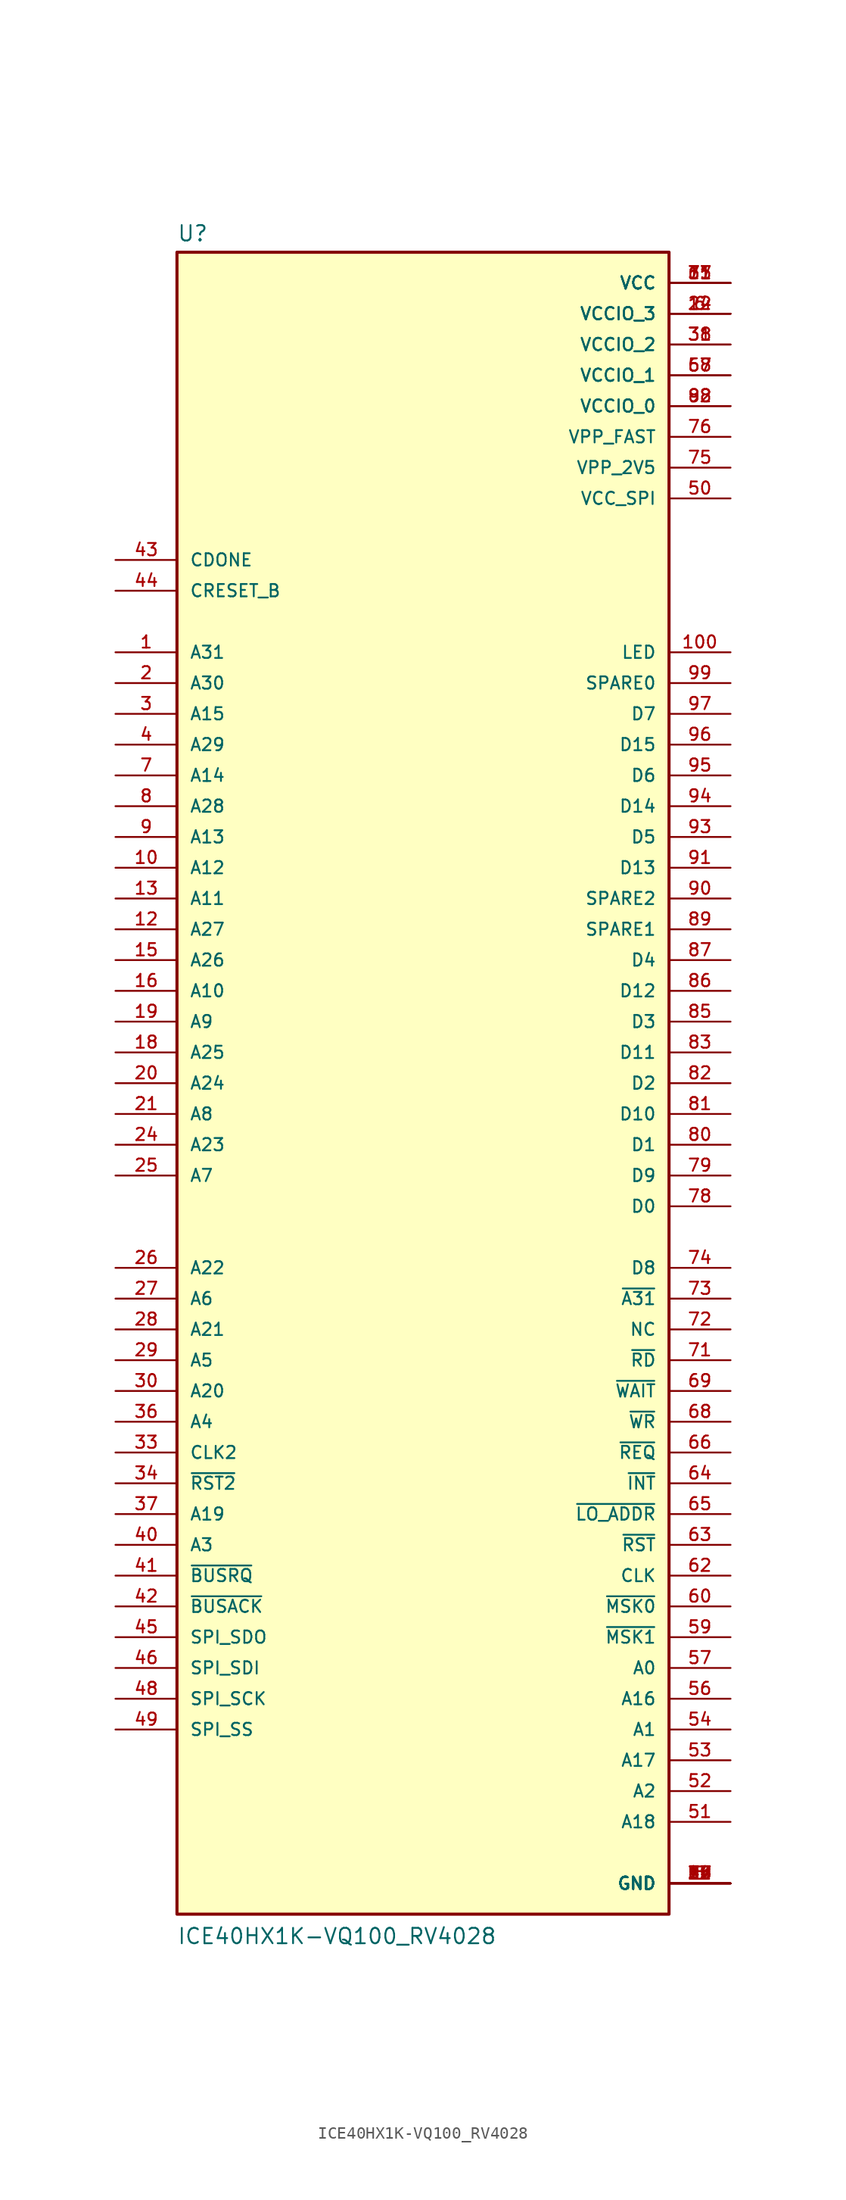
<source format=kicad_sym>
(kicad_symbol_lib
  (version 20241209)
  (generator "kicad_symbol_editor")
  (generator_version "9.0")
  (symbol "ICE40HX1K-VQ100_RV4028"
    (pin_names
      (offset 1.016))
    (property "Reference" "U"
      (at -20.332 69.383 0)
      (effects (font (size 1.27 1.27)) (justify left bottom)))
    (property "Value" "ICE40HX1K-VQ100_RV4028"
      (at -20.326 -71.142 0)
      (effects (font (size 1.27 1.27)) (justify left bottom)))
    (symbol "ICE40HX1K-VQ100_RV4028_0_0"
      (rectangle (start -20.32 68.58) (end 20.32 -68.58) (stroke (width 0.254) (type default)) (fill (type background)))
      (pin input line (at -25.4 43.18 0) (length 5.08) (name "CDONE" (effects (font (size 1.016 1.016)))) (number "43" (effects (font (size 1.016 1.016)))))
      (pin input line (at -25.4 40.64 0) (length 5.08) (name "CRESET_B" (effects (font (size 1.016 1.016)))) (number "44" (effects (font (size 1.016 1.016)))))
      (pin output line (at -25.4 35.56 0) (length 5.08) (name "A31" (effects (font (size 1.016 1.016)))) (number "1" (effects (font (size 1.016 1.016)))))
      (pin output line (at -25.4 33.02 0) (length 5.08) (name "A30" (effects (font (size 1.016 1.016)))) (number "2" (effects (font (size 1.016 1.016)))))
      (pin output line (at -25.4 30.48 0) (length 5.08) (name "A15" (effects (font (size 1.016 1.016)))) (number "3" (effects (font (size 1.016 1.016)))))
      (pin output line (at -25.4 27.94 0) (length 5.08) (name "A29" (effects (font (size 1.016 1.016)))) (number "4" (effects (font (size 1.016 1.016)))))
      (pin output line (at -25.4 25.4 0) (length 5.08) (name "A14" (effects (font (size 1.016 1.016)))) (number "7" (effects (font (size 1.016 1.016)))))
      (pin output line (at -25.4 22.86 0) (length 5.08) (name "A28" (effects (font (size 1.016 1.016)))) (number "8" (effects (font (size 1.016 1.016)))))
      (pin output line (at -25.4 20.32 0) (length 5.08) (name "A13" (effects (font (size 1.016 1.016)))) (number "9" (effects (font (size 1.016 1.016)))))
      (pin output line (at -25.4 17.78 0) (length 5.08) (name "A12" (effects (font (size 1.016 1.016)))) (number "10" (effects (font (size 1.016 1.016)))))
      (pin output line (at -25.4 15.24 0) (length 5.08) (name "A11" (effects (font (size 1.016 1.016)))) (number "13" (effects (font (size 1.016 1.016)))))
      (pin output line (at -25.4 12.7 0) (length 5.08) (name "A27" (effects (font (size 1.016 1.016)))) (number "12" (effects (font (size 1.016 1.016)))))
      (pin output line (at -25.4 10.16 0) (length 5.08) (name "A26" (effects (font (size 1.016 1.016)))) (number "15" (effects (font (size 1.016 1.016)))))
      (pin output line (at -25.4 7.62 0) (length 5.08) (name "A10" (effects (font (size 1.016 1.016)))) (number "16" (effects (font (size 1.016 1.016)))))
      (pin output line (at -25.4 5.08 0) (length 5.08) (name "A9" (effects (font (size 1.016 1.016)))) (number "19" (effects (font (size 1.016 1.016)))))
      (pin output line (at -25.4 2.54 0) (length 5.08) (name "A25" (effects (font (size 1.016 1.016)))) (number "18" (effects (font (size 1.016 1.016)))))
      (pin output line (at -25.4 0 0) (length 5.08) (name "A24" (effects (font (size 1.016 1.016)))) (number "20" (effects (font (size 1.016 1.016)))))
      (pin output line (at -25.4 -2.54 0) (length 5.08) (name "A8" (effects (font (size 1.016 1.016)))) (number "21" (effects (font (size 1.016 1.016)))))
      (pin output line (at -25.4 -5.08 0) (length 5.08) (name "A23" (effects (font (size 1.016 1.016)))) (number "24" (effects (font (size 1.016 1.016)))))
      (pin output line (at -25.4 -7.62 0) (length 5.08) (name "A7" (effects (font (size 1.016 1.016)))) (number "25" (effects (font (size 1.016 1.016)))))
      (pin output line (at -25.4 -15.24 0) (length 5.08) (name "A22" (effects (font (size 1.016 1.016)))) (number "26" (effects (font (size 1.016 1.016)))))
      (pin output line (at -25.4 -17.78 0) (length 5.08) (name "A6" (effects (font (size 1.016 1.016)))) (number "27" (effects (font (size 1.016 1.016)))))
      (pin output line (at -25.4 -20.32 0) (length 5.08) (name "A21" (effects (font (size 1.016 1.016)))) (number "28" (effects (font (size 1.016 1.016)))))
      (pin output line (at -25.4 -22.86 0) (length 5.08) (name "A5" (effects (font (size 1.016 1.016)))) (number "29" (effects (font (size 1.016 1.016)))))
      (pin output line (at -25.4 -25.4 0) (length 5.08) (name "A20" (effects (font (size 1.016 1.016)))) (number "30" (effects (font (size 1.016 1.016)))))
      (pin output line (at -25.4 -27.94 0) (length 5.08) (name "A4" (effects (font (size 1.016 1.016)))) (number "36" (effects (font (size 1.016 1.016)))))
      (pin input line (at -25.4 -30.48 0) (length 5.08) (name "CLK2" (effects (font (size 1.016 1.016)))) (number "33" (effects (font (size 1.016 1.016)))))
      (pin input line (at -25.4 -33.02 0) (length 5.08) (name "~{RST2}" (effects (font (size 1.016 1.016)))) (number "34" (effects (font (size 1.016 1.016)))))
      (pin output line (at -25.4 -35.56 0) (length 5.08) (name "A19" (effects (font (size 1.016 1.016)))) (number "37" (effects (font (size 1.016 1.016)))))
      (pin output line (at -25.4 -38.1 0) (length 5.08) (name "A3" (effects (font (size 1.016 1.016)))) (number "40" (effects (font (size 1.016 1.016)))))
      (pin input line (at -25.4 -40.64 0) (length 5.08) (name "~{BUSRQ}" (effects (font (size 1.016 1.016)))) (number "41" (effects (font (size 1.016 1.016)))))
      (pin output line (at -25.4 -43.18 0) (length 5.08) (name "~{BUSACK}" (effects (font (size 1.016 1.016)))) (number "42" (effects (font (size 1.016 1.016)))))
      (pin output line (at -25.4 -45.72 0) (length 5.08) (name "SPI_SDO" (effects (font (size 1.016 1.016)))) (number "45" (effects (font (size 1.016 1.016)))))
      (pin input line (at -25.4 -48.26 0) (length 5.08) (name "SPI_SDI" (effects (font (size 1.016 1.016)))) (number "46" (effects (font (size 1.016 1.016)))))
      (pin output line (at -25.4 -50.8 0) (length 5.08) (name "SPI_SCK" (effects (font (size 1.016 1.016)))) (number "48" (effects (font (size 1.016 1.016)))))
      (pin output line (at -25.4 -53.34 0) (length 5.08) (name "SPI_SS" (effects (font (size 1.016 1.016)))) (number "49" (effects (font (size 1.016 1.016)))))
      (pin power_in line (at 25.4 66.04 180) (length 5.08) (name "VCC" (effects (font (size 1.016 1.016)))) (number "11" (effects (font (size 1.016 1.016)))))
      (pin power_in line (at 25.4 66.04 180) (length 5.08) (name "VCC" (effects (font (size 1.016 1.016)))) (number "35" (effects (font (size 1.016 1.016)))))
      (pin power_in line (at 25.4 66.04 180) (length 5.08) (name "VCC" (effects (font (size 1.016 1.016)))) (number "61" (effects (font (size 1.016 1.016)))))
      (pin power_in line (at 25.4 66.04 180) (length 5.08) (name "VCC" (effects (font (size 1.016 1.016)))) (number "77" (effects (font (size 1.016 1.016)))))
      (pin power_in line (at 25.4 63.5 180) (length 5.08) (name "VCCIO_3" (effects (font (size 1.016 1.016)))) (number "14" (effects (font (size 1.016 1.016)))))
      (pin power_in line (at 25.4 63.5 180) (length 5.08) (name "VCCIO_3" (effects (font (size 1.016 1.016)))) (number "22" (effects (font (size 1.016 1.016)))))
      (pin power_in line (at 25.4 63.5 180) (length 5.08) (name "VCCIO_3" (effects (font (size 1.016 1.016)))) (number "6" (effects (font (size 1.016 1.016)))))
      (pin power_in line (at 25.4 60.96 180) (length 5.08) (name "VCCIO_2" (effects (font (size 1.016 1.016)))) (number "31" (effects (font (size 1.016 1.016)))))
      (pin power_in line (at 25.4 60.96 180) (length 5.08) (name "VCCIO_2" (effects (font (size 1.016 1.016)))) (number "38" (effects (font (size 1.016 1.016)))))
      (pin power_in line (at 25.4 58.42 180) (length 5.08) (name "VCCIO_1" (effects (font (size 1.016 1.016)))) (number "58" (effects (font (size 1.016 1.016)))))
      (pin power_in line (at 25.4 58.42 180) (length 5.08) (name "VCCIO_1" (effects (font (size 1.016 1.016)))) (number "67" (effects (font (size 1.016 1.016)))))
      (pin power_in line (at 25.4 55.88 180) (length 5.08) (name "VCCIO_0" (effects (font (size 1.016 1.016)))) (number "88" (effects (font (size 1.016 1.016)))))
      (pin power_in line (at 25.4 55.88 180) (length 5.08) (name "VCCIO_0" (effects (font (size 1.016 1.016)))) (number "92" (effects (font (size 1.016 1.016)))))
      (pin power_in line (at 25.4 53.34 180) (length 5.08) (name "VPP_FAST" (effects (font (size 1.016 1.016)))) (number "76" (effects (font (size 1.016 1.016)))))
      (pin power_in line (at 25.4 50.8 180) (length 5.08) (name "VPP_2V5" (effects (font (size 1.016 1.016)))) (number "75" (effects (font (size 1.016 1.016)))))
      (pin power_in line (at 25.4 48.26 180) (length 5.08) (name "VCC_SPI" (effects (font (size 1.016 1.016)))) (number "50" (effects (font (size 1.016 1.016)))))
      (pin bidirectional line (at 25.4 35.56 180) (length 5.08) (name "LED" (effects (font (size 1.016 1.016)))) (number "100" (effects (font (size 1.016 1.016)))))
      (pin bidirectional line (at 25.4 33.02 180) (length 5.08) (name "SPARE0" (effects (font (size 1.016 1.016)))) (number "99" (effects (font (size 1.016 1.016)))))
      (pin bidirectional line (at 25.4 30.48 180) (length 5.08) (name "D7" (effects (font (size 1.016 1.016)))) (number "97" (effects (font (size 1.016 1.016)))))
      (pin bidirectional line (at 25.4 27.94 180) (length 5.08) (name "D15" (effects (font (size 1.016 1.016)))) (number "96" (effects (font (size 1.016 1.016)))))
      (pin bidirectional line (at 25.4 25.4 180) (length 5.08) (name "D6" (effects (font (size 1.016 1.016)))) (number "95" (effects (font (size 1.016 1.016)))))
      (pin bidirectional line (at 25.4 22.86 180) (length 5.08) (name "D14" (effects (font (size 1.016 1.016)))) (number "94" (effects (font (size 1.016 1.016)))))
      (pin bidirectional line (at 25.4 20.32 180) (length 5.08) (name "D5" (effects (font (size 1.016 1.016)))) (number "93" (effects (font (size 1.016 1.016)))))
      (pin bidirectional line (at 25.4 17.78 180) (length 5.08) (name "D13" (effects (font (size 1.016 1.016)))) (number "91" (effects (font (size 1.016 1.016)))))
      (pin bidirectional line (at 25.4 15.24 180) (length 5.08) (name "SPARE2" (effects (font (size 1.016 1.016)))) (number "90" (effects (font (size 1.016 1.016)))))
      (pin bidirectional line (at 25.4 12.7 180) (length 5.08) (name "SPARE1" (effects (font (size 1.016 1.016)))) (number "89" (effects (font (size 1.016 1.016)))))
      (pin bidirectional line (at 25.4 10.16 180) (length 5.08) (name "D4" (effects (font (size 1.016 1.016)))) (number "87" (effects (font (size 1.016 1.016)))))
      (pin bidirectional line (at 25.4 7.62 180) (length 5.08) (name "D12" (effects (font (size 1.016 1.016)))) (number "86" (effects (font (size 1.016 1.016)))))
      (pin bidirectional line (at 25.4 5.08 180) (length 5.08) (name "D3" (effects (font (size 1.016 1.016)))) (number "85" (effects (font (size 1.016 1.016)))))
      (pin bidirectional line (at 25.4 2.54 180) (length 5.08) (name "D11" (effects (font (size 1.016 1.016)))) (number "83" (effects (font (size 1.016 1.016)))))
      (pin bidirectional line (at 25.4 0 180) (length 5.08) (name "D2" (effects (font (size 1.016 1.016)))) (number "82" (effects (font (size 1.016 1.016)))))
      (pin bidirectional line (at 25.4 -2.54 180) (length 5.08) (name "D10" (effects (font (size 1.016 1.016)))) (number "81" (effects (font (size 1.016 1.016)))))
      (pin bidirectional line (at 25.4 -5.08 180) (length 5.08) (name "D1" (effects (font (size 1.016 1.016)))) (number "80" (effects (font (size 1.016 1.016)))))
      (pin bidirectional line (at 25.4 -7.62 180) (length 5.08) (name "D9" (effects (font (size 1.016 1.016)))) (number "79" (effects (font (size 1.016 1.016)))))
      (pin bidirectional line (at 25.4 -10.16 180) (length 5.08) (name "D0" (effects (font (size 1.016 1.016)))) (number "78" (effects (font (size 1.016 1.016)))))
      (pin bidirectional line (at 25.4 -15.24 180) (length 5.08) (name "D8" (effects (font (size 1.016 1.016)))) (number "74" (effects (font (size 1.016 1.016)))))
      (pin output line (at 25.4 -17.78 180) (length 5.08) (name "~{A31}" (effects (font (size 1.016 1.016)))) (number "73" (effects (font (size 1.016 1.016)))))
      (pin free line (at 25.4 -20.32 180) (length 5.08) (name "NC" (effects (font (size 1.016 1.016)))) (number "72" (effects (font (size 1.016 1.016)))))
      (pin output line (at 25.4 -22.86 180) (length 5.08) (name "~{RD}" (effects (font (size 1.016 1.016)))) (number "71" (effects (font (size 1.016 1.016)))))
      (pin input line (at 25.4 -25.4 180) (length 5.08) (name "~{WAIT}" (effects (font (size 1.016 1.016)))) (number "69" (effects (font (size 1.016 1.016)))))
      (pin output line (at 25.4 -27.94 180) (length 5.08) (name "~{WR}" (effects (font (size 1.016 1.016)))) (number "68" (effects (font (size 1.016 1.016)))))
      (pin output line (at 25.4 -30.48 180) (length 5.08) (name "~{REQ}" (effects (font (size 1.016 1.016)))) (number "66" (effects (font (size 1.016 1.016)))))
      (pin input line (at 25.4 -33.02 180) (length 5.08) (name "~{INT}" (effects (font (size 1.016 1.016)))) (number "64" (effects (font (size 1.016 1.016)))))
      (pin output line (at 25.4 -35.56 180) (length 5.08) (name "~{LO_ADDR}" (effects (font (size 1.016 1.016)))) (number "65" (effects (font (size 1.016 1.016)))))
      (pin input line (at 25.4 -38.1 180) (length 5.08) (name "~{RST}" (effects (font (size 1.016 1.016)))) (number "63" (effects (font (size 1.016 1.016)))))
      (pin input line (at 25.4 -40.64 180) (length 5.08) (name "CLK" (effects (font (size 1.016 1.016)))) (number "62" (effects (font (size 1.016 1.016)))))
      (pin output line (at 25.4 -43.18 180) (length 5.08) (name "~{MSK0}" (effects (font (size 1.016 1.016)))) (number "60" (effects (font (size 1.016 1.016)))))
      (pin output line (at 25.4 -45.72 180) (length 5.08) (name "~{MSK1}" (effects (font (size 1.016 1.016)))) (number "59" (effects (font (size 1.016 1.016)))))
      (pin output line (at 25.4 -48.26 180) (length 5.08) (name "A0" (effects (font (size 1.016 1.016)))) (number "57" (effects (font (size 1.016 1.016)))))
      (pin output line (at 25.4 -50.8 180) (length 5.08) (name "A16" (effects (font (size 1.016 1.016)))) (number "56" (effects (font (size 1.016 1.016)))))
      (pin output line (at 25.4 -53.34 180) (length 5.08) (name "A1" (effects (font (size 1.016 1.016)))) (number "54" (effects (font (size 1.016 1.016)))))
      (pin output line (at 25.4 -55.88 180) (length 5.08) (name "A17" (effects (font (size 1.016 1.016)))) (number "53" (effects (font (size 1.016 1.016)))))
      (pin output line (at 25.4 -58.42 180) (length 5.08) (name "A2" (effects (font (size 1.016 1.016)))) (number "52" (effects (font (size 1.016 1.016)))))
      (pin output line (at 25.4 -60.96 180) (length 5.08) (name "A18" (effects (font (size 1.016 1.016)))) (number "51" (effects (font (size 1.016 1.016)))))
      (pin power_in line (at 25.4 -66.04 180) (length 5.08) (name "GND" (effects (font (size 1.016 1.016)))) (number "17" (effects (font (size 1.016 1.016)))))
      (pin power_in line (at 25.4 -66.04 180) (length 5.08) (name "GND" (effects (font (size 1.016 1.016)))) (number "23" (effects (font (size 1.016 1.016)))))
      (pin power_in line (at 25.4 -66.04 180) (length 5.08) (name "GND" (effects (font (size 1.016 1.016)))) (number "32" (effects (font (size 1.016 1.016)))))
      (pin power_in line (at 25.4 -66.04 180) (length 5.08) (name "GND" (effects (font (size 1.016 1.016)))) (number "39" (effects (font (size 1.016 1.016)))))
      (pin power_in line (at 25.4 -66.04 180) (length 5.08) (name "GND" (effects (font (size 1.016 1.016)))) (number "47" (effects (font (size 1.016 1.016)))))
      (pin power_in line (at 25.4 -66.04 180) (length 5.08) (name "GND" (effects (font (size 1.016 1.016)))) (number "5" (effects (font (size 1.016 1.016)))))
      (pin power_in line (at 25.4 -66.04 180) (length 5.08) (name "GND" (effects (font (size 1.016 1.016)))) (number "55" (effects (font (size 1.016 1.016)))))
      (pin power_in line (at 25.4 -66.04 180) (length 5.08) (name "GND" (effects (font (size 1.016 1.016)))) (number "70" (effects (font (size 1.016 1.016)))))
      (pin power_in line (at 25.4 -66.04 180) (length 5.08) (name "GND" (effects (font (size 1.016 1.016)))) (number "84" (effects (font (size 1.016 1.016)))))
      (pin power_in line (at 25.4 -66.04 180) (length 5.08) (name "GND" (effects (font (size 1.016 1.016)))) (number "98" (effects (font (size 1.016 1.016))))))))
</source>
